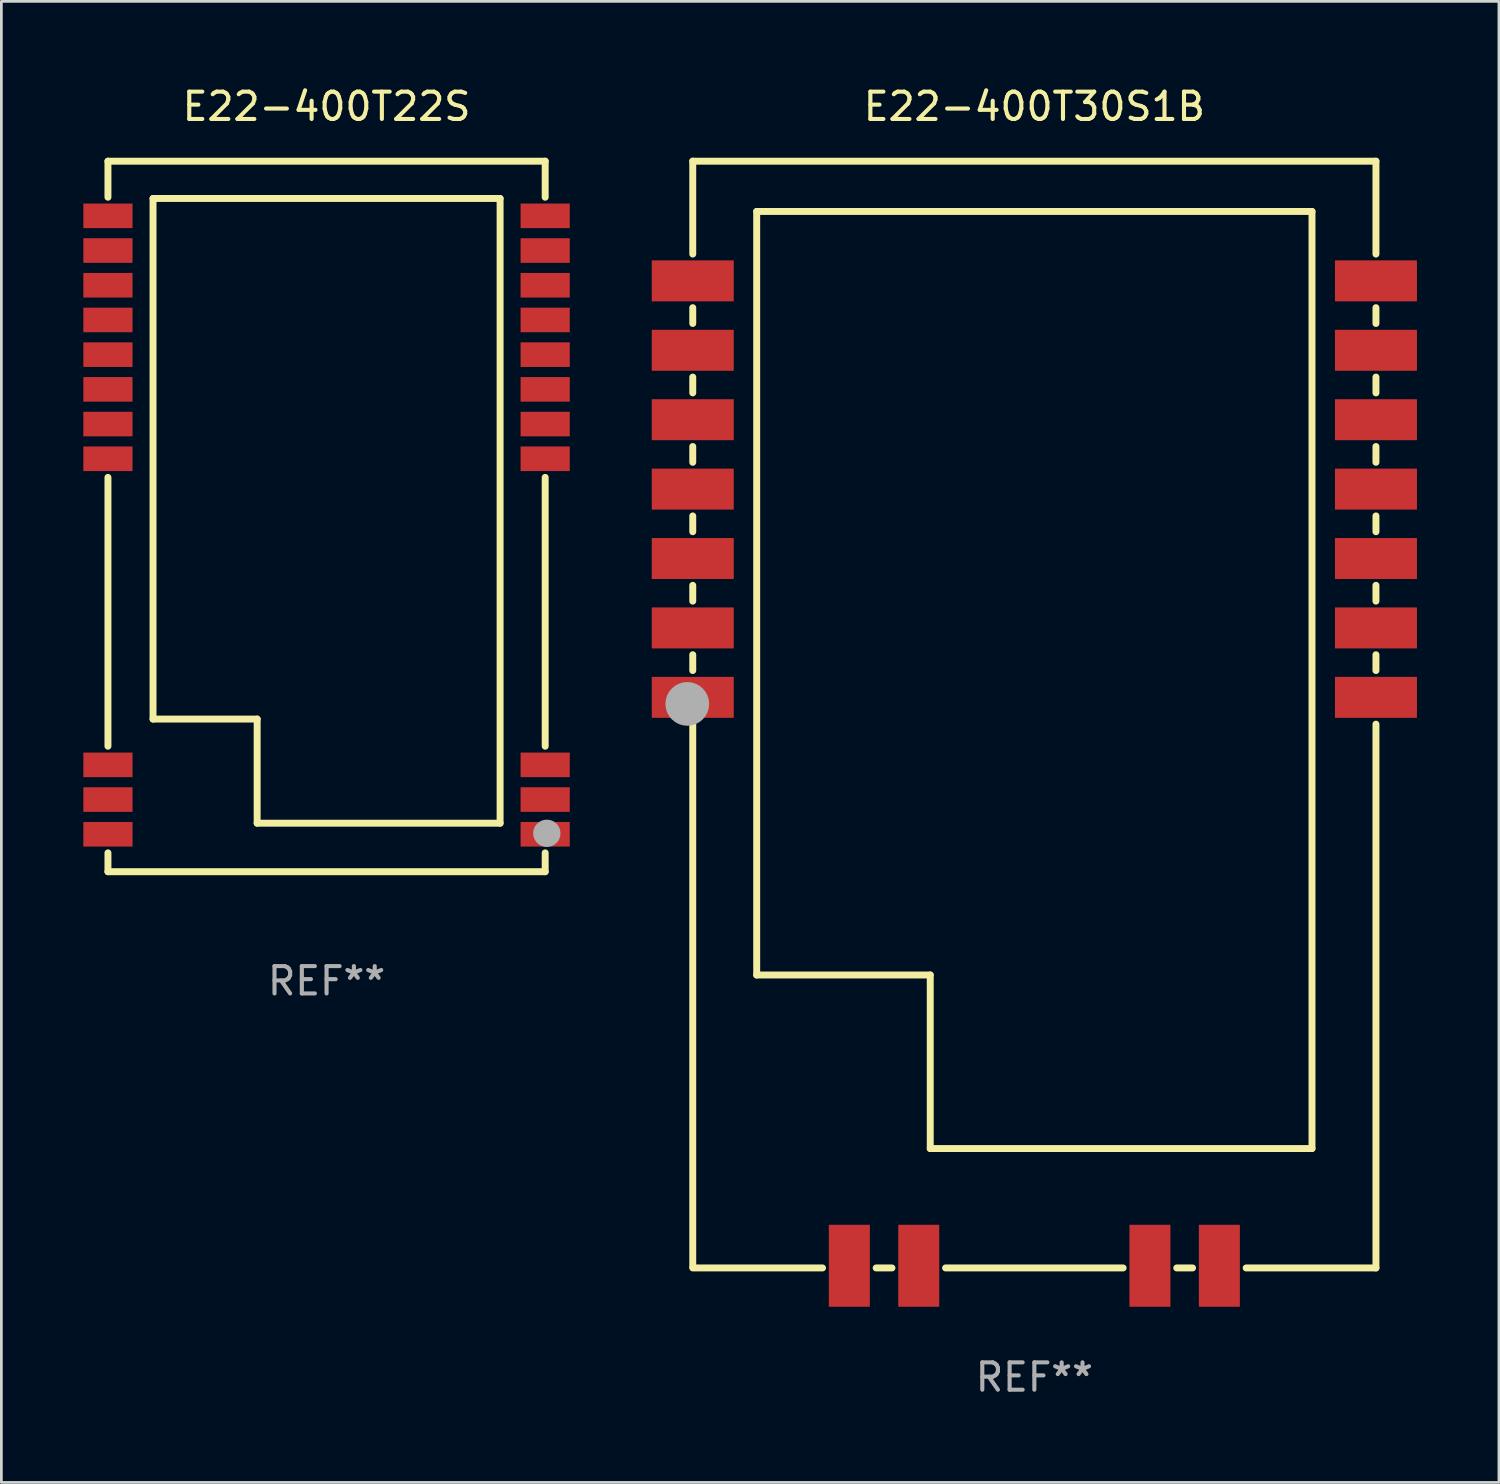
<source format=kicad_pcb>
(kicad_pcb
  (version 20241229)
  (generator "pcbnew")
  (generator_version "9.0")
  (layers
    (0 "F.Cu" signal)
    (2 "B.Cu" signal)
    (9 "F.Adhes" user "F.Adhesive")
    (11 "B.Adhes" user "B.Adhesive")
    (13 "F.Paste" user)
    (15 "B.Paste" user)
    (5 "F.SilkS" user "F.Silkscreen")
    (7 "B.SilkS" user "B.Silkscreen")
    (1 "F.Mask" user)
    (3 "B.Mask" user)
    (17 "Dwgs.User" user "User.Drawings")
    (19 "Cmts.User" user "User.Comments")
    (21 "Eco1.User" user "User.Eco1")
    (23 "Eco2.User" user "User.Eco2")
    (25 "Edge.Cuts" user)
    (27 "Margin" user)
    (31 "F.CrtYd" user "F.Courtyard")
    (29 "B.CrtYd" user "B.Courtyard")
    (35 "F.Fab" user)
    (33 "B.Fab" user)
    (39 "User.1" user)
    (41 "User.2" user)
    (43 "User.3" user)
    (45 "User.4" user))
  (footprint "E22-400T30S1B"
    (layer "F.Cu")
    (at 34.8 23.098)
    (property "Reference" "E22-400T30S1B" (at 0 -22.25 0) (layer "F.SilkS") (effects (font (size 1 1) (thickness 0.15))))
    (attr through_hole)
    (fp_line (start -12.5 -20.25) (end -12.5 -16.851) (stroke (width 0.254) (type solid)) (layer "F.SilkS"))
    (fp_line (start -12.5 -20.25) (end 12.5 -20.25) (stroke (width 0.254) (type solid)) (layer "F.SilkS"))
    (fp_line (start -12.5 -14.889) (end -12.5 -14.311) (stroke (width 0.254) (type solid)) (layer "F.SilkS"))
    (fp_line (start -12.5 -12.349) (end -12.5 -11.771) (stroke (width 0.254) (type solid)) (layer "F.SilkS"))
    (fp_line (start -12.5 -9.809) (end -12.5 -9.231) (stroke (width 0.254) (type solid)) (layer "F.SilkS"))
    (fp_line (start -12.5 -7.269) (end -12.5 -6.691) (stroke (width 0.254) (type solid)) (layer "F.SilkS"))
    (fp_line (start -12.5 -4.729) (end -12.5 -4.151) (stroke (width 0.254) (type solid)) (layer "F.SilkS"))
    (fp_line (start -12.5 -2.189) (end -12.5 -1.611) (stroke (width 0.254) (type solid)) (layer "F.SilkS"))
    (fp_line (start -12.5 0.351) (end -12.5 20.198) (stroke (width 0.254) (type solid)) (layer "F.SilkS"))
    (fp_line (start -12.5 20.25) (end -7.751 20.25) (stroke (width 0.254) (type solid)) (layer "F.SilkS"))
    (fp_line (start -10.16 -18.41) (end 10.16 -18.41) (stroke (width 0.254) (type solid)) (layer "F.SilkS"))
    (fp_line (start -10.16 9.53) (end -10.16 -18.41) (stroke (width 0.254) (type solid)) (layer "F.SilkS"))
    (fp_line (start -5.789 20.25) (end -5.211 20.25) (stroke (width 0.254) (type solid)) (layer "F.SilkS"))
    (fp_line (start -3.81 9.53) (end -10.16 9.53) (stroke (width 0.254) (type solid)) (layer "F.SilkS"))
    (fp_line (start -3.81 15.88) (end -3.81 9.53) (stroke (width 0.254) (type solid)) (layer "F.SilkS"))
    (fp_line (start -3.249 20.25) (end 3.249 20.25) (stroke (width 0.254) (type solid)) (layer "F.SilkS"))
    (fp_line (start 5.211 20.25) (end 5.789 20.25) (stroke (width 0.254) (type solid)) (layer "F.SilkS"))
    (fp_line (start 7.751 20.25) (end 12.5 20.25) (stroke (width 0.254) (type solid)) (layer "F.SilkS"))
    (fp_line (start 10.16 -18.41) (end 10.16 15.88) (stroke (width 0.254) (type solid)) (layer "F.SilkS"))
    (fp_line (start 10.16 15.88) (end -3.81 15.88) (stroke (width 0.254) (type solid)) (layer "F.SilkS"))
    (fp_line (start 12.5 -16.851) (end 12.5 -20.25) (stroke (width 0.254) (type solid)) (layer "F.SilkS"))
    (fp_line (start 12.5 -14.311) (end 12.5 -14.889) (stroke (width 0.254) (type solid)) (layer "F.SilkS"))
    (fp_line (start 12.5 -11.771) (end 12.5 -12.349) (stroke (width 0.254) (type solid)) (layer "F.SilkS"))
    (fp_line (start 12.5 -9.231) (end 12.5 -9.809) (stroke (width 0.254) (type solid)) (layer "F.SilkS"))
    (fp_line (start 12.5 -6.691) (end 12.5 -7.269) (stroke (width 0.254) (type solid)) (layer "F.SilkS"))
    (fp_line (start 12.5 -4.151) (end 12.5 -4.729) (stroke (width 0.254) (type solid)) (layer "F.SilkS"))
    (fp_line (start 12.5 -1.611) (end 12.5 -2.189) (stroke (width 0.254) (type solid)) (layer "F.SilkS"))
    (fp_line (start 12.5 20.25) (end 12.5 0.351) (stroke (width 0.254) (type solid)) (layer "F.SilkS"))
    (fp_circle (center -12.5 -20.25) (end -12.47 -20.25) (stroke (width 0.06) (type solid)) (fill no) (layer "F.SilkS"))
    (fp_circle (center -12.7 -0.39) (end -12.3 -0.39) (stroke (width 0.8) (type solid)) (fill no) (layer "F.Fab"))
    (fp_text user "REF**" (at 0 24.25 0) (layer "F.Fab") (effects (font (size 1 1) (thickness 0.15))))
    (pad "1" smd rect (at -12.5 -0.63) (size 3 1.5) (layers "F.Cu" "F.Mask" "F.Paste"))
    (pad "2" smd rect (at -12.5 -3.17) (size 3 1.5) (layers "F.Cu" "F.Mask" "F.Paste"))
    (pad "3" smd rect (at -12.5 -5.71) (size 3 1.5) (layers "F.Cu" "F.Mask" "F.Paste"))
    (pad "4" smd rect (at -12.5 -8.25) (size 3 1.5) (layers "F.Cu" "F.Mask" "F.Paste"))
    (pad "5" smd rect (at -12.5 -10.79) (size 3 1.5) (layers "F.Cu" "F.Mask" "F.Paste"))
    (pad "6" smd rect (at -12.5 -13.33) (size 3 1.5) (layers "F.Cu" "F.Mask" "F.Paste"))
    (pad "7" smd rect (at -12.5 -15.87) (size 3 1.5) (layers "F.Cu" "F.Mask" "F.Paste"))
    (pad "8" smd rect (at 12.5 -15.87) (size 3 1.5) (layers "F.Cu" "F.Mask" "F.Paste"))
    (pad "9" smd rect (at 12.5 -13.33) (size 3 1.5) (layers "F.Cu" "F.Mask" "F.Paste"))
    (pad "10" smd rect (at 12.5 -10.79) (size 3 1.5) (layers "F.Cu" "F.Mask" "F.Paste"))
    (pad "11" smd rect (at 12.5 -8.25) (size 3 1.5) (layers "F.Cu" "F.Mask" "F.Paste"))
    (pad "12" smd rect (at 12.5 -5.71) (size 3 1.5) (layers "F.Cu" "F.Mask" "F.Paste"))
    (pad "13" smd rect (at 12.5 -3.17) (size 3 1.5) (layers "F.Cu" "F.Mask" "F.Paste"))
    (pad "14" smd rect (at 12.5 -0.63) (size 3 1.5) (layers "F.Cu" "F.Mask" "F.Paste"))
    (pad "15" smd rect (at 6.77 20.17 90) (size 3 1.5) (layers "F.Cu" "F.Mask" "F.Paste"))
    (pad "16" smd rect (at 4.23 20.17 90) (size 3 1.5) (layers "F.Cu" "F.Mask" "F.Paste"))
    (pad "17" smd rect (at -4.23 20.17 90) (size 3 1.5) (layers "F.Cu" "F.Mask" "F.Paste"))
    (pad "18" smd rect (at -6.77 20.17 90) (size 3 1.5) (layers "F.Cu" "F.Mask" "F.Paste")))
  (footprint "E22-400T22S"
    (layer "F.Cu")
    (at 8.9 15.848)
    (property "Reference" "E22-400T22S" (at 0 -15 0) (layer "F.SilkS") (effects (font (size 1 1) (thickness 0.15))))
    (attr through_hole)
    (fp_line (start -8 -13) (end -8 -11.681) (stroke (width 0.254) (type solid)) (layer "F.SilkS"))
    (fp_line (start -8 -13) (end 8 -13) (stroke (width 0.254) (type solid)) (layer "F.SilkS"))
    (fp_line (start -8 -1.429) (end -8 8.409) (stroke (width 0.254) (type solid)) (layer "F.SilkS"))
    (fp_line (start -8 12.311) (end -8 13) (stroke (width 0.254) (type solid)) (layer "F.SilkS"))
    (fp_line (start -8 13) (end 8 13) (stroke (width 0.254) (type solid)) (layer "F.SilkS"))
    (fp_line (start -6.35 -11.635) (end 6.35 -11.635) (stroke (width 0.254) (type solid)) (layer "F.SilkS"))
    (fp_line (start -6.35 7.415) (end -6.35 -11.635) (stroke (width 0.254) (type solid)) (layer "F.SilkS"))
    (fp_line (start -2.54 7.415) (end -6.35 7.415) (stroke (width 0.254) (type solid)) (layer "F.SilkS"))
    (fp_line (start -2.54 11.225) (end -2.54 7.415) (stroke (width 0.254) (type solid)) (layer "F.SilkS"))
    (fp_line (start 6.35 -11.635) (end 6.35 11.225) (stroke (width 0.254) (type solid)) (layer "F.SilkS"))
    (fp_line (start 6.35 11.225) (end -2.54 11.225) (stroke (width 0.254) (type solid)) (layer "F.SilkS"))
    (fp_line (start 8 -13) (end 8 -11.681) (stroke (width 0.254) (type solid)) (layer "F.SilkS"))
    (fp_line (start 8 -1.429) (end 8 8.409) (stroke (width 0.254) (type solid)) (layer "F.SilkS"))
    (fp_line (start 8 12.311) (end 8 13) (stroke (width 0.254) (type solid)) (layer "F.SilkS"))
    (fp_circle (center 8.01 13.015) (end 8.04 13.015) (stroke (width 0.06) (type solid)) (fill no) (layer "F.SilkS"))
    (fp_circle (center 8.06 11.595) (end 8.31 11.595) (stroke (width 0.5) (type solid)) (fill no) (layer "F.Fab"))
    (fp_text user "REF**" (at 0 17 0) (layer "F.Fab") (effects (font (size 1 1) (thickness 0.15))))
    (pad "1" smd rect (at 8 11.63) (size 1.8 0.9) (layers "F.Cu" "F.Mask" "F.Paste"))
    (pad "2" smd rect (at 8 10.36) (size 1.8 0.9) (layers "F.Cu" "F.Mask" "F.Paste"))
    (pad "3" smd rect (at 8 9.09) (size 1.8 0.9) (layers "F.Cu" "F.Mask" "F.Paste"))
    (pad "4" smd rect (at 8 -2.11) (size 1.8 0.9) (layers "F.Cu" "F.Mask" "F.Paste"))
    (pad "5" smd rect (at 8 -3.38) (size 1.8 0.9) (layers "F.Cu" "F.Mask" "F.Paste"))
    (pad "6" smd rect (at 8 -4.65) (size 1.8 0.9) (layers "F.Cu" "F.Mask" "F.Paste"))
    (pad "7" smd rect (at 8 -5.92) (size 1.8 0.9) (layers "F.Cu" "F.Mask" "F.Paste"))
    (pad "8" smd rect (at 8 -7.19) (size 1.8 0.9) (layers "F.Cu" "F.Mask" "F.Paste"))
    (pad "9" smd rect (at 8 -8.46) (size 1.8 0.9) (layers "F.Cu" "F.Mask" "F.Paste"))
    (pad "10" smd rect (at 8 -9.73) (size 1.8 0.9) (layers "F.Cu" "F.Mask" "F.Paste"))
    (pad "11" smd rect (at 8 -11) (size 1.8 0.9) (layers "F.Cu" "F.Mask" "F.Paste"))
    (pad "12" smd rect (at -8 -11) (size 1.8 0.9) (layers "F.Cu" "F.Mask" "F.Paste"))
    (pad "13" smd rect (at -8 -9.73) (size 1.8 0.9) (layers "F.Cu" "F.Mask" "F.Paste"))
    (pad "14" smd rect (at -8 -8.46) (size 1.8 0.9) (layers "F.Cu" "F.Mask" "F.Paste"))
    (pad "15" smd rect (at -8 -7.19) (size 1.8 0.9) (layers "F.Cu" "F.Mask" "F.Paste"))
    (pad "16" smd rect (at -8 -5.92) (size 1.8 0.9) (layers "F.Cu" "F.Mask" "F.Paste"))
    (pad "17" smd rect (at -8 -4.65) (size 1.8 0.9) (layers "F.Cu" "F.Mask" "F.Paste"))
    (pad "18" smd rect (at -8 -3.38) (size 1.8 0.9) (layers "F.Cu" "F.Mask" "F.Paste"))
    (pad "19" smd rect (at -8 -2.11) (size 1.8 0.9) (layers "F.Cu" "F.Mask" "F.Paste"))
    (pad "20" smd rect (at -8 9.09) (size 1.8 0.9) (layers "F.Cu" "F.Mask" "F.Paste"))
    (pad "21" smd rect (at -8 10.36) (size 1.8 0.9) (layers "F.Cu" "F.Mask" "F.Paste"))
    (pad "22" smd rect (at -8 11.63) (size 1.8 0.9) (layers "F.Cu" "F.Mask" "F.Paste")))
  (gr_rect
    (start -3 -3)
    (end 51.8 51.197)
    (stroke (width 0.1) (type default))
    (fill no)
    (layer "Edge.Cuts")))
</source>
